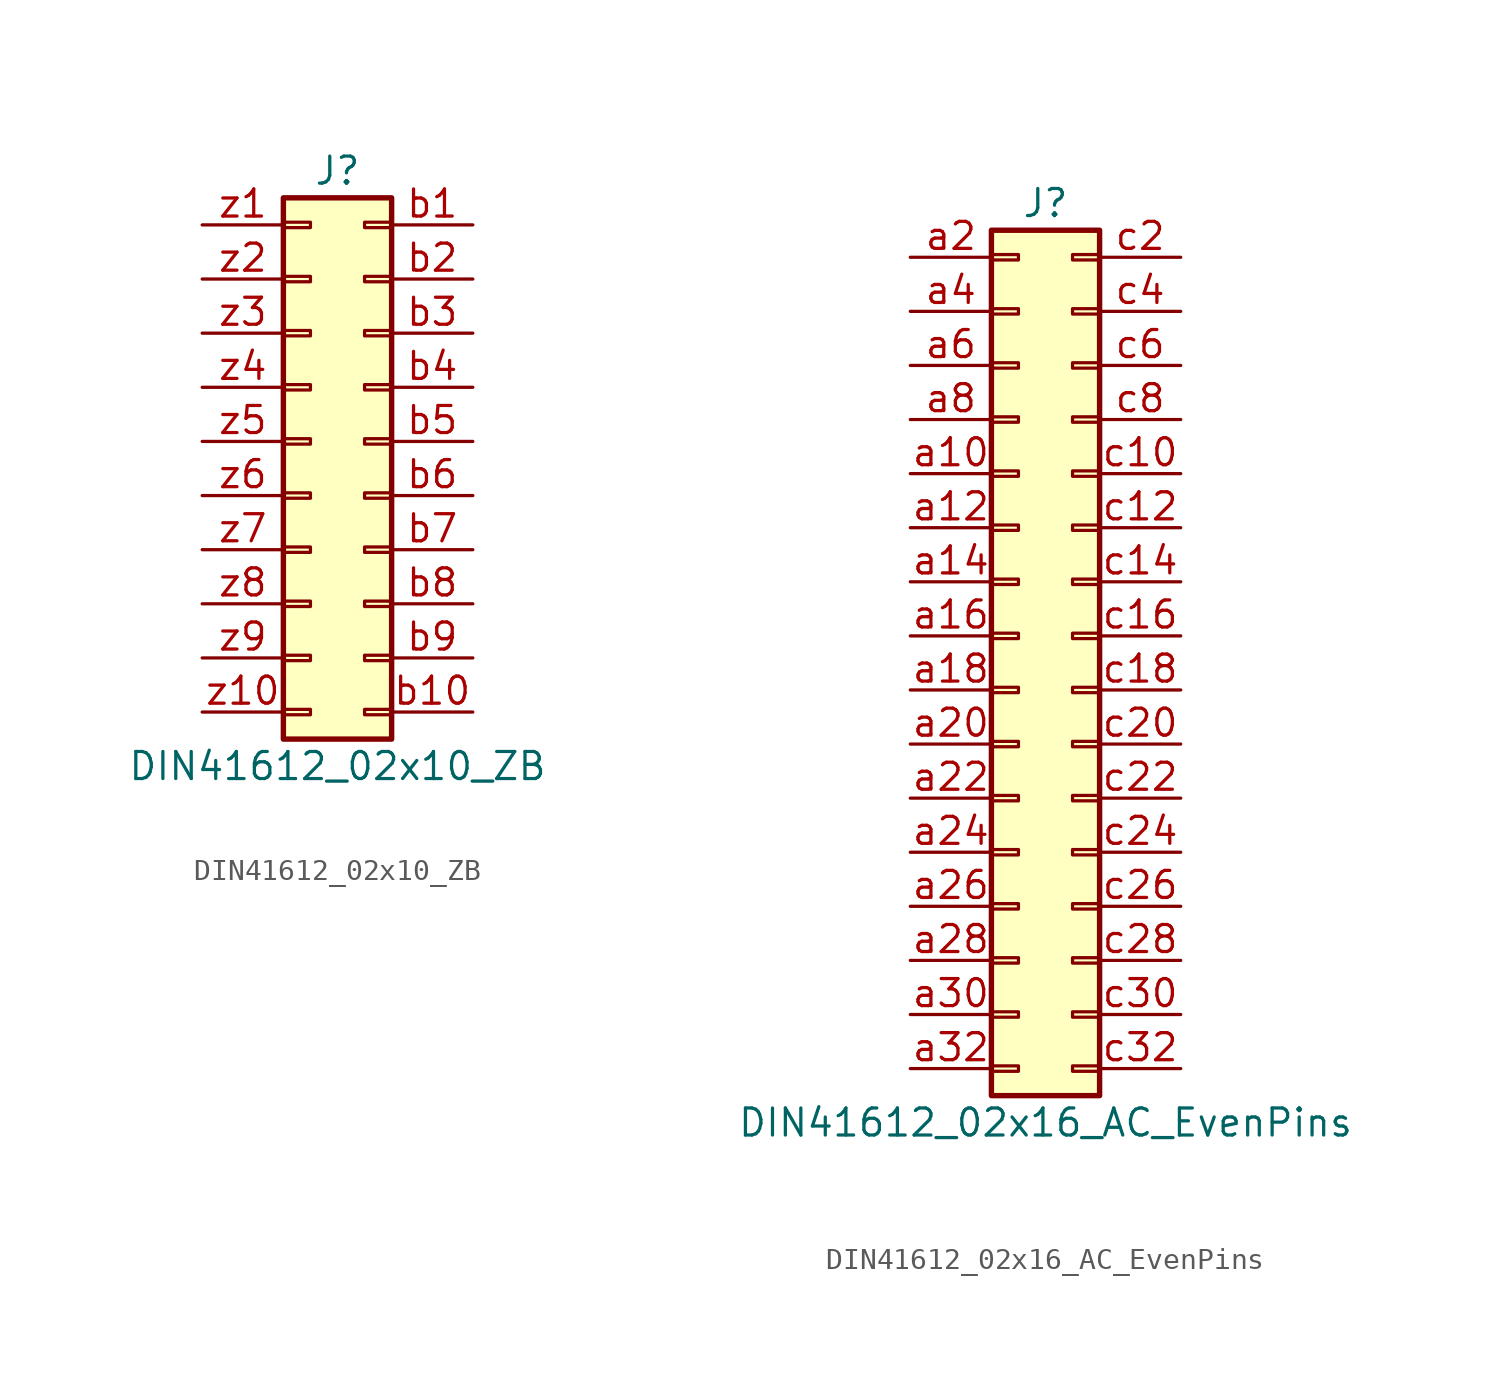
<source format=kicad_sym>
(kicad_symbol_lib
  (version 20241209)
  (generator "kicad_symbol_editor")
  (generator_version "9.0")
  (symbol "DIN41612_02x10_ZB"
    (pin_names
      (offset 1.016)
      (hide yes))
    (property "Reference" "J"
      (at 1.27 12.7 0)
      (effects (font (size 1.27 1.27))))
    (property "Value" "DIN41612_02x10_ZB"
      (at 1.27 -15.24 0)
      (effects (font (size 1.27 1.27))))
    (symbol "DIN41612_02x10_ZB_1_1"
      (rectangle (start -1.27 11.43) (end 3.81 -13.97) (stroke (width 0.254) (type default)) (fill (type background)))
      (rectangle (start -1.27 10.287) (end 0 10.033) (stroke (width 0.152) (type default)) (fill (type none)))
      (rectangle (start -1.27 7.747) (end 0 7.493) (stroke (width 0.152) (type default)) (fill (type none)))
      (rectangle (start -1.27 5.207) (end 0 4.953) (stroke (width 0.152) (type default)) (fill (type none)))
      (rectangle (start -1.27 2.667) (end 0 2.413) (stroke (width 0.152) (type default)) (fill (type none)))
      (rectangle (start -1.27 0.127) (end 0 -0.127) (stroke (width 0.152) (type default)) (fill (type none)))
      (rectangle (start -1.27 -2.413) (end 0 -2.667) (stroke (width 0.152) (type default)) (fill (type none)))
      (rectangle (start -1.27 -4.953) (end 0 -5.207) (stroke (width 0.152) (type default)) (fill (type none)))
      (rectangle (start -1.27 -7.493) (end 0 -7.747) (stroke (width 0.152) (type default)) (fill (type none)))
      (rectangle (start -1.27 -10.033) (end 0 -10.287) (stroke (width 0.152) (type default)) (fill (type none)))
      (rectangle (start -1.27 -12.573) (end 0 -12.827) (stroke (width 0.152) (type default)) (fill (type none)))
      (rectangle (start 3.81 10.287) (end 2.54 10.033) (stroke (width 0.152) (type default)) (fill (type none)))
      (rectangle (start 3.81 7.747) (end 2.54 7.493) (stroke (width 0.152) (type default)) (fill (type none)))
      (rectangle (start 3.81 5.207) (end 2.54 4.953) (stroke (width 0.152) (type default)) (fill (type none)))
      (rectangle (start 3.81 2.667) (end 2.54 2.413) (stroke (width 0.152) (type default)) (fill (type none)))
      (rectangle (start 3.81 0.127) (end 2.54 -0.127) (stroke (width 0.152) (type default)) (fill (type none)))
      (rectangle (start 3.81 -2.413) (end 2.54 -2.667) (stroke (width 0.152) (type default)) (fill (type none)))
      (rectangle (start 3.81 -4.953) (end 2.54 -5.207) (stroke (width 0.152) (type default)) (fill (type none)))
      (rectangle (start 3.81 -7.493) (end 2.54 -7.747) (stroke (width 0.152) (type default)) (fill (type none)))
      (rectangle (start 3.81 -10.033) (end 2.54 -10.287) (stroke (width 0.152) (type default)) (fill (type none)))
      (rectangle (start 3.81 -12.573) (end 2.54 -12.827) (stroke (width 0.152) (type default)) (fill (type none)))
      (pin passive line (at -5.08 10.16 0) (length 3.81) (name "Pin_z1" (effects (font (size 1.27 1.27)))) (number "z1" (effects (font (size 1.27 1.27)))))
      (pin passive line (at -5.08 7.62 0) (length 3.81) (name "Pin_z2" (effects (font (size 1.27 1.27)))) (number "z2" (effects (font (size 1.27 1.27)))))
      (pin passive line (at -5.08 5.08 0) (length 3.81) (name "Pin_z3" (effects (font (size 1.27 1.27)))) (number "z3" (effects (font (size 1.27 1.27)))))
      (pin passive line (at -5.08 2.54 0) (length 3.81) (name "Pin_z4" (effects (font (size 1.27 1.27)))) (number "z4" (effects (font (size 1.27 1.27)))))
      (pin passive line (at -5.08 0 0) (length 3.81) (name "Pin_z5" (effects (font (size 1.27 1.27)))) (number "z5" (effects (font (size 1.27 1.27)))))
      (pin passive line (at -5.08 -2.54 0) (length 3.81) (name "Pin_z6" (effects (font (size 1.27 1.27)))) (number "z6" (effects (font (size 1.27 1.27)))))
      (pin passive line (at -5.08 -5.08 0) (length 3.81) (name "Pin_z7" (effects (font (size 1.27 1.27)))) (number "z7" (effects (font (size 1.27 1.27)))))
      (pin passive line (at -5.08 -7.62 0) (length 3.81) (name "Pin_z8" (effects (font (size 1.27 1.27)))) (number "z8" (effects (font (size 1.27 1.27)))))
      (pin passive line (at -5.08 -10.16 0) (length 3.81) (name "Pin_z9" (effects (font (size 1.27 1.27)))) (number "z9" (effects (font (size 1.27 1.27)))))
      (pin passive line (at -5.08 -12.7 0) (length 3.81) (name "Pin_z10" (effects (font (size 1.27 1.27)))) (number "z10" (effects (font (size 1.27 1.27)))))
      (pin passive line (at 7.62 10.16 180) (length 3.81) (name "Pin_b1" (effects (font (size 1.27 1.27)))) (number "b1" (effects (font (size 1.27 1.27)))))
      (pin passive line (at 7.62 7.62 180) (length 3.81) (name "Pin_b2" (effects (font (size 1.27 1.27)))) (number "b2" (effects (font (size 1.27 1.27)))))
      (pin passive line (at 7.62 5.08 180) (length 3.81) (name "Pin_b3" (effects (font (size 1.27 1.27)))) (number "b3" (effects (font (size 1.27 1.27)))))
      (pin passive line (at 7.62 2.54 180) (length 3.81) (name "Pin_b4" (effects (font (size 1.27 1.27)))) (number "b4" (effects (font (size 1.27 1.27)))))
      (pin passive line (at 7.62 0 180) (length 3.81) (name "Pin_b5" (effects (font (size 1.27 1.27)))) (number "b5" (effects (font (size 1.27 1.27)))))
      (pin passive line (at 7.62 -2.54 180) (length 3.81) (name "Pin_b6" (effects (font (size 1.27 1.27)))) (number "b6" (effects (font (size 1.27 1.27)))))
      (pin passive line (at 7.62 -5.08 180) (length 3.81) (name "Pin_b7" (effects (font (size 1.27 1.27)))) (number "b7" (effects (font (size 1.27 1.27)))))
      (pin passive line (at 7.62 -7.62 180) (length 3.81) (name "Pin_b8" (effects (font (size 1.27 1.27)))) (number "b8" (effects (font (size 1.27 1.27)))))
      (pin passive line (at 7.62 -10.16 180) (length 3.81) (name "Pin_b9" (effects (font (size 1.27 1.27)))) (number "b9" (effects (font (size 1.27 1.27)))))
      (pin passive line (at 7.62 -12.7 180) (length 3.81) (name "Pin_b10" (effects (font (size 1.27 1.27)))) (number "b10" (effects (font (size 1.27 1.27)))))))
  (symbol "DIN41612_02x16_AC_EvenPins"
    (pin_names
      (offset 1.016)
      (hide yes))
    (property "Reference" "J"
      (at 1.27 20.32 0)
      (effects (font (size 1.27 1.27))))
    (property "Value" "DIN41612_02x16_AC_EvenPins"
      (at 1.27 -22.86 0)
      (effects (font (size 1.27 1.27))))
    (symbol "DIN41612_02x16_AC_EvenPins_1_1"
      (rectangle (start -1.27 19.05) (end 3.81 -21.59) (stroke (width 0.254) (type default)) (fill (type background)))
      (rectangle (start -1.27 17.907) (end 0 17.653) (stroke (width 0.152) (type default)) (fill (type none)))
      (rectangle (start -1.27 15.367) (end 0 15.113) (stroke (width 0.152) (type default)) (fill (type none)))
      (rectangle (start -1.27 12.827) (end 0 12.573) (stroke (width 0.152) (type default)) (fill (type none)))
      (rectangle (start -1.27 10.287) (end 0 10.033) (stroke (width 0.152) (type default)) (fill (type none)))
      (rectangle (start -1.27 7.747) (end 0 7.493) (stroke (width 0.152) (type default)) (fill (type none)))
      (rectangle (start -1.27 5.207) (end 0 4.953) (stroke (width 0.152) (type default)) (fill (type none)))
      (rectangle (start -1.27 2.667) (end 0 2.413) (stroke (width 0.152) (type default)) (fill (type none)))
      (rectangle (start -1.27 0.127) (end 0 -0.127) (stroke (width 0.152) (type default)) (fill (type none)))
      (rectangle (start -1.27 -2.413) (end 0 -2.667) (stroke (width 0.152) (type default)) (fill (type none)))
      (rectangle (start -1.27 -4.953) (end 0 -5.207) (stroke (width 0.152) (type default)) (fill (type none)))
      (rectangle (start -1.27 -7.493) (end 0 -7.747) (stroke (width 0.152) (type default)) (fill (type none)))
      (rectangle (start -1.27 -10.033) (end 0 -10.287) (stroke (width 0.152) (type default)) (fill (type none)))
      (rectangle (start -1.27 -12.573) (end 0 -12.827) (stroke (width 0.152) (type default)) (fill (type none)))
      (rectangle (start -1.27 -15.113) (end 0 -15.367) (stroke (width 0.152) (type default)) (fill (type none)))
      (rectangle (start -1.27 -17.653) (end 0 -17.907) (stroke (width 0.152) (type default)) (fill (type none)))
      (rectangle (start -1.27 -20.193) (end 0 -20.447) (stroke (width 0.152) (type default)) (fill (type none)))
      (rectangle (start 3.81 17.907) (end 2.54 17.653) (stroke (width 0.152) (type default)) (fill (type none)))
      (rectangle (start 3.81 15.367) (end 2.54 15.113) (stroke (width 0.152) (type default)) (fill (type none)))
      (rectangle (start 3.81 12.827) (end 2.54 12.573) (stroke (width 0.152) (type default)) (fill (type none)))
      (rectangle (start 3.81 10.287) (end 2.54 10.033) (stroke (width 0.152) (type default)) (fill (type none)))
      (rectangle (start 3.81 7.747) (end 2.54 7.493) (stroke (width 0.152) (type default)) (fill (type none)))
      (rectangle (start 3.81 5.207) (end 2.54 4.953) (stroke (width 0.152) (type default)) (fill (type none)))
      (rectangle (start 3.81 2.667) (end 2.54 2.413) (stroke (width 0.152) (type default)) (fill (type none)))
      (rectangle (start 3.81 0.127) (end 2.54 -0.127) (stroke (width 0.152) (type default)) (fill (type none)))
      (rectangle (start 3.81 -2.413) (end 2.54 -2.667) (stroke (width 0.152) (type default)) (fill (type none)))
      (rectangle (start 3.81 -4.953) (end 2.54 -5.207) (stroke (width 0.152) (type default)) (fill (type none)))
      (rectangle (start 3.81 -7.493) (end 2.54 -7.747) (stroke (width 0.152) (type default)) (fill (type none)))
      (rectangle (start 3.81 -10.033) (end 2.54 -10.287) (stroke (width 0.152) (type default)) (fill (type none)))
      (rectangle (start 3.81 -12.573) (end 2.54 -12.827) (stroke (width 0.152) (type default)) (fill (type none)))
      (rectangle (start 3.81 -15.113) (end 2.54 -15.367) (stroke (width 0.152) (type default)) (fill (type none)))
      (rectangle (start 3.81 -17.653) (end 2.54 -17.907) (stroke (width 0.152) (type default)) (fill (type none)))
      (rectangle (start 3.81 -20.193) (end 2.54 -20.447) (stroke (width 0.152) (type default)) (fill (type none)))
      (pin passive line (at -5.08 17.78 0) (length 3.81) (name "Pin_a2" (effects (font (size 1.27 1.27)))) (number "a2" (effects (font (size 1.27 1.27)))))
      (pin passive line (at -5.08 15.24 0) (length 3.81) (name "Pin_a4" (effects (font (size 1.27 1.27)))) (number "a4" (effects (font (size 1.27 1.27)))))
      (pin passive line (at -5.08 12.7 0) (length 3.81) (name "Pin_a6" (effects (font (size 1.27 1.27)))) (number "a6" (effects (font (size 1.27 1.27)))))
      (pin passive line (at -5.08 10.16 0) (length 3.81) (name "Pin_a8" (effects (font (size 1.27 1.27)))) (number "a8" (effects (font (size 1.27 1.27)))))
      (pin passive line (at -5.08 7.62 0) (length 3.81) (name "Pin_a10" (effects (font (size 1.27 1.27)))) (number "a10" (effects (font (size 1.27 1.27)))))
      (pin passive line (at -5.08 5.08 0) (length 3.81) (name "Pin_a12" (effects (font (size 1.27 1.27)))) (number "a12" (effects (font (size 1.27 1.27)))))
      (pin passive line (at -5.08 2.54 0) (length 3.81) (name "Pin_a14" (effects (font (size 1.27 1.27)))) (number "a14" (effects (font (size 1.27 1.27)))))
      (pin passive line (at -5.08 0 0) (length 3.81) (name "Pin_a16" (effects (font (size 1.27 1.27)))) (number "a16" (effects (font (size 1.27 1.27)))))
      (pin passive line (at -5.08 -2.54 0) (length 3.81) (name "Pin_a18" (effects (font (size 1.27 1.27)))) (number "a18" (effects (font (size 1.27 1.27)))))
      (pin passive line (at -5.08 -5.08 0) (length 3.81) (name "Pin_a20" (effects (font (size 1.27 1.27)))) (number "a20" (effects (font (size 1.27 1.27)))))
      (pin passive line (at -5.08 -7.62 0) (length 3.81) (name "Pin_a22" (effects (font (size 1.27 1.27)))) (number "a22" (effects (font (size 1.27 1.27)))))
      (pin passive line (at -5.08 -10.16 0) (length 3.81) (name "Pin_a24" (effects (font (size 1.27 1.27)))) (number "a24" (effects (font (size 1.27 1.27)))))
      (pin passive line (at -5.08 -12.7 0) (length 3.81) (name "Pin_a26" (effects (font (size 1.27 1.27)))) (number "a26" (effects (font (size 1.27 1.27)))))
      (pin passive line (at -5.08 -15.24 0) (length 3.81) (name "Pin_a28" (effects (font (size 1.27 1.27)))) (number "a28" (effects (font (size 1.27 1.27)))))
      (pin passive line (at -5.08 -17.78 0) (length 3.81) (name "Pin_a30" (effects (font (size 1.27 1.27)))) (number "a30" (effects (font (size 1.27 1.27)))))
      (pin passive line (at -5.08 -20.32 0) (length 3.81) (name "Pin_a32" (effects (font (size 1.27 1.27)))) (number "a32" (effects (font (size 1.27 1.27)))))
      (pin passive line (at 7.62 17.78 180) (length 3.81) (name "Pin_c2" (effects (font (size 1.27 1.27)))) (number "c2" (effects (font (size 1.27 1.27)))))
      (pin passive line (at 7.62 15.24 180) (length 3.81) (name "Pin_c4" (effects (font (size 1.27 1.27)))) (number "c4" (effects (font (size 1.27 1.27)))))
      (pin passive line (at 7.62 12.7 180) (length 3.81) (name "Pin_c6" (effects (font (size 1.27 1.27)))) (number "c6" (effects (font (size 1.27 1.27)))))
      (pin passive line (at 7.62 10.16 180) (length 3.81) (name "Pin_c8" (effects (font (size 1.27 1.27)))) (number "c8" (effects (font (size 1.27 1.27)))))
      (pin passive line (at 7.62 7.62 180) (length 3.81) (name "Pin_c10" (effects (font (size 1.27 1.27)))) (number "c10" (effects (font (size 1.27 1.27)))))
      (pin passive line (at 7.62 5.08 180) (length 3.81) (name "Pin_c12" (effects (font (size 1.27 1.27)))) (number "c12" (effects (font (size 1.27 1.27)))))
      (pin passive line (at 7.62 2.54 180) (length 3.81) (name "Pin_c14" (effects (font (size 1.27 1.27)))) (number "c14" (effects (font (size 1.27 1.27)))))
      (pin passive line (at 7.62 0 180) (length 3.81) (name "Pin_c16" (effects (font (size 1.27 1.27)))) (number "c16" (effects (font (size 1.27 1.27)))))
      (pin passive line (at 7.62 -2.54 180) (length 3.81) (name "Pin_c18" (effects (font (size 1.27 1.27)))) (number "c18" (effects (font (size 1.27 1.27)))))
      (pin passive line (at 7.62 -5.08 180) (length 3.81) (name "Pin_c20" (effects (font (size 1.27 1.27)))) (number "c20" (effects (font (size 1.27 1.27)))))
      (pin passive line (at 7.62 -7.62 180) (length 3.81) (name "Pin_c22" (effects (font (size 1.27 1.27)))) (number "c22" (effects (font (size 1.27 1.27)))))
      (pin passive line (at 7.62 -10.16 180) (length 3.81) (name "Pin_c24" (effects (font (size 1.27 1.27)))) (number "c24" (effects (font (size 1.27 1.27)))))
      (pin passive line (at 7.62 -12.7 180) (length 3.81) (name "Pin_c26" (effects (font (size 1.27 1.27)))) (number "c26" (effects (font (size 1.27 1.27)))))
      (pin passive line (at 7.62 -15.24 180) (length 3.81) (name "Pin_c28" (effects (font (size 1.27 1.27)))) (number "c28" (effects (font (size 1.27 1.27)))))
      (pin passive line (at 7.62 -17.78 180) (length 3.81) (name "Pin_c30" (effects (font (size 1.27 1.27)))) (number "c30" (effects (font (size 1.27 1.27)))))
      (pin passive line (at 7.62 -20.32 180) (length 3.81) (name "Pin_c32" (effects (font (size 1.27 1.27)))) (number "c32" (effects (font (size 1.27 1.27))))))))
</source>
